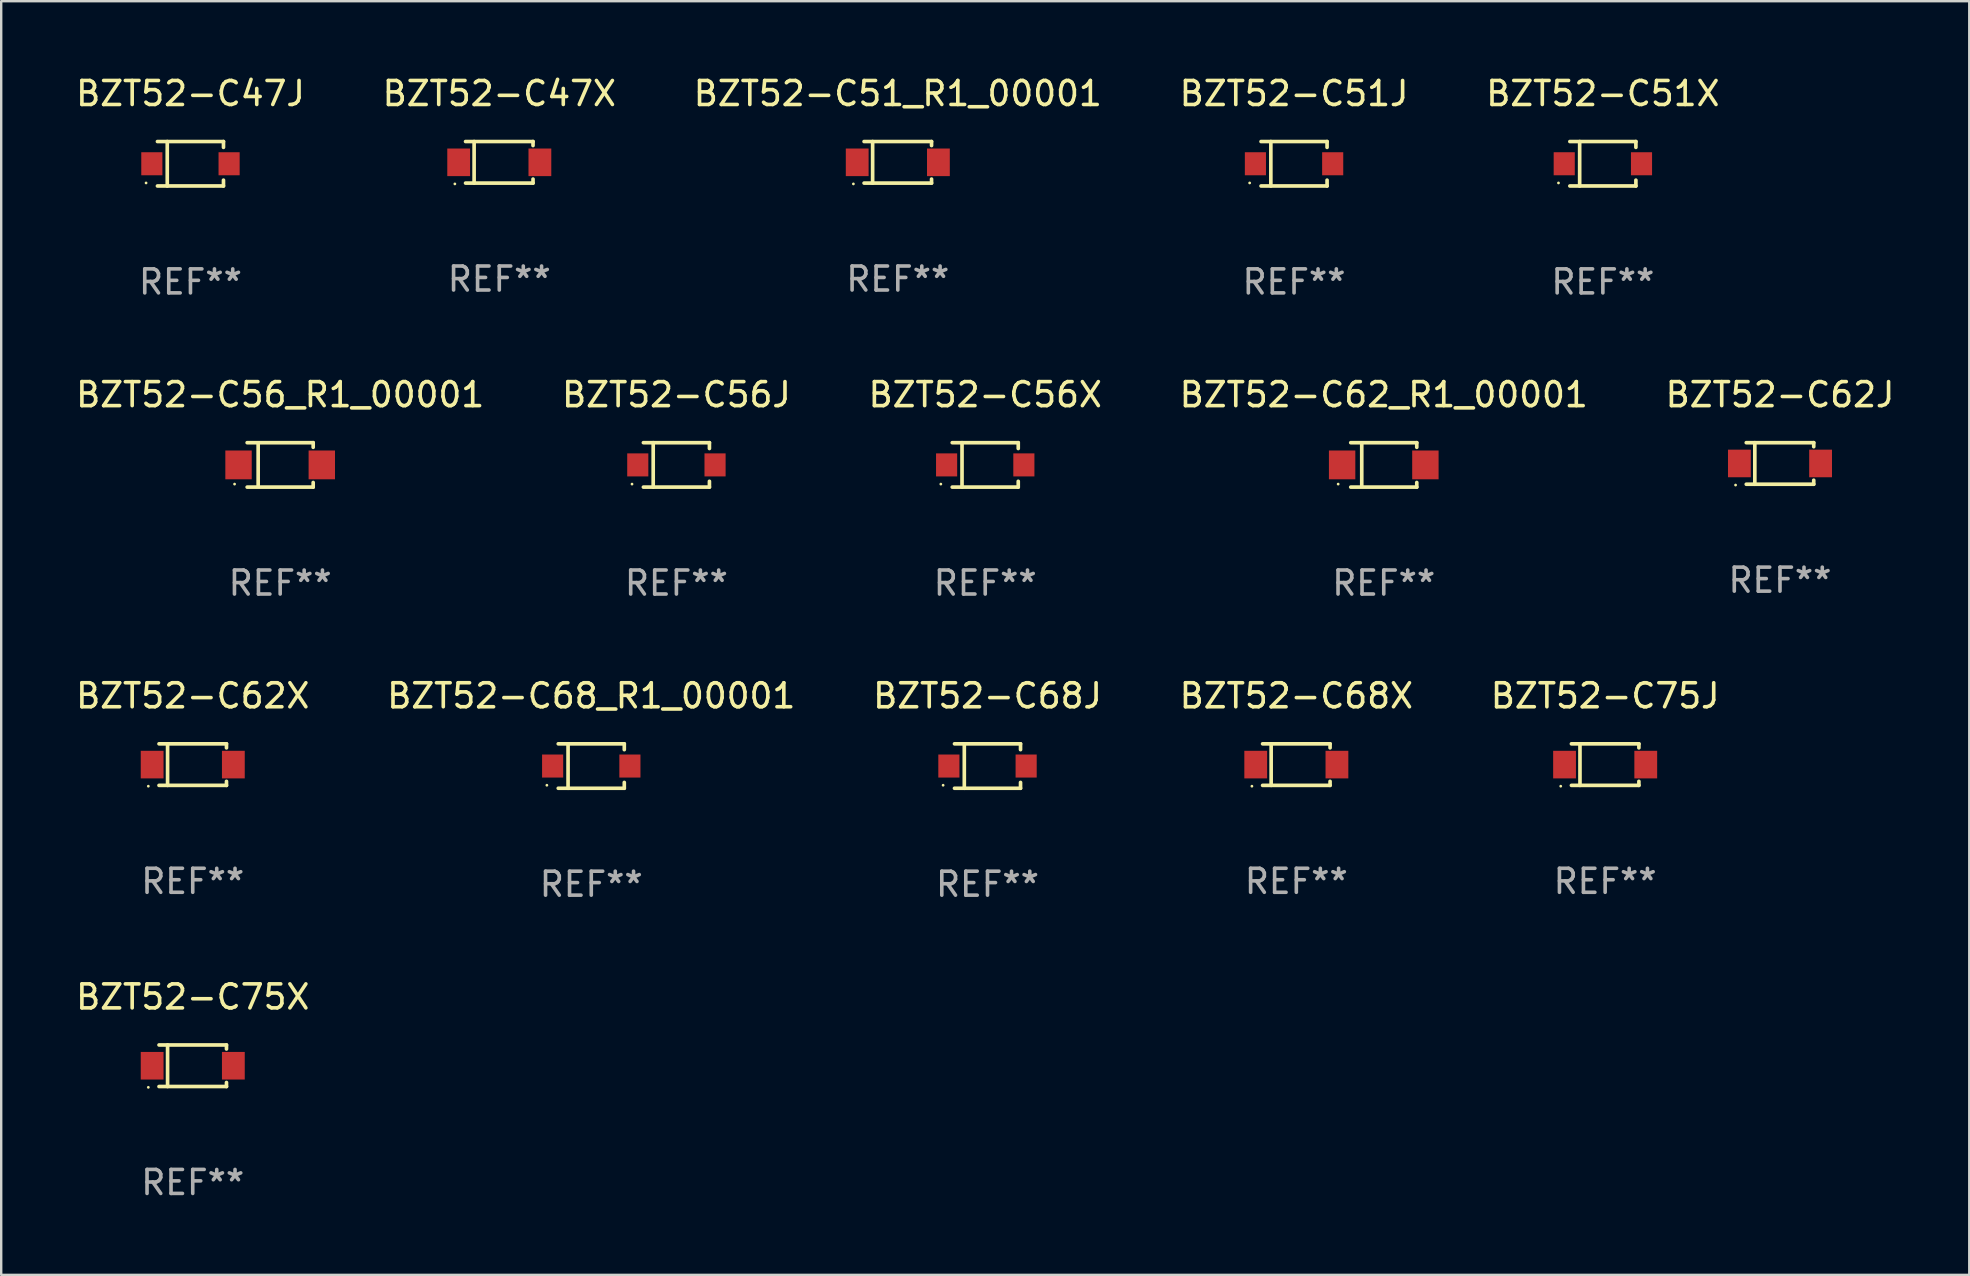
<source format=kicad_pcb>
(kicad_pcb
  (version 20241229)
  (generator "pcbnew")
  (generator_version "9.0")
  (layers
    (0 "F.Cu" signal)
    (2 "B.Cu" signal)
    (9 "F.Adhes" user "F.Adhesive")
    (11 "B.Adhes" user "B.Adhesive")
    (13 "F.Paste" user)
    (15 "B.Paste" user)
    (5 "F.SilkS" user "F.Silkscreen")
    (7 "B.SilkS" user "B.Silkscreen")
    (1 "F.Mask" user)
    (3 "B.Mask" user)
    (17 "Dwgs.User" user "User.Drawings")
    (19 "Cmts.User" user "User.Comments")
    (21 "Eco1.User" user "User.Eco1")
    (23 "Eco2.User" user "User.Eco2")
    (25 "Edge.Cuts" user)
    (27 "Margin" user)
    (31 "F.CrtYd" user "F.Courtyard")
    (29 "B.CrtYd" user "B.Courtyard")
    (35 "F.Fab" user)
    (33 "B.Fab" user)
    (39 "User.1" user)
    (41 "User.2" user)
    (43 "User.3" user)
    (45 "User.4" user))
  (footprint "BZT52-C68_R1_00001"
    (layer "F.Cu")
    (at 21.589 28.872)
    (property "Reference" "BZT52-C68_R1_00001" (at 0 -2.926 0) (layer "F.SilkS") (effects (font (size 1 1) (thickness 0.15))))
    (attr through_hole)
    (fp_line (start -1.376 -0.926) (end 1.376 -0.926) (stroke (width 0.152) (type solid)) (layer "F.SilkS"))
    (fp_line (start -1.376 0.926) (end 1.376 0.926) (stroke (width 0.152) (type solid)) (layer "F.SilkS"))
    (fp_line (start -0.967 -0.926) (end -0.967 0.926) (stroke (width 0.152) (type solid)) (layer "F.SilkS"))
    (fp_line (start 1.376 -0.926) (end 1.376 -0.683) (stroke (width 0.152) (type solid)) (layer "F.SilkS"))
    (fp_line (start 1.376 0.926) (end 1.376 0.683) (stroke (width 0.152) (type solid)) (layer "F.SilkS"))
    (fp_circle (center -1.85 0.8) (end -1.82 0.8) (stroke (width 0.06) (type solid)) (fill no) (layer "F.SilkS"))
    (fp_text user "REF**" (at 0 4.926 0) (layer "F.Fab") (effects (font (size 1 1) (thickness 0.15))))
    (pad "1" smd rect (at -1.61 0) (size 0.88 0.96) (layers "F.Cu" "F.Mask" "F.Paste"))
    (pad "2" smd rect (at 1.61 0) (size 0.88 0.96) (layers "F.Cu" "F.Mask" "F.Paste")))
  (footprint "BZT52-C47X"
    (layer "F.Cu")
    (at 17.756 3.714)
    (property "Reference" "BZT52-C47X" (at 0 -2.866 0) (layer "F.SilkS") (effects (font (size 1 1) (thickness 0.15))))
    (attr through_hole)
    (fp_line (start -1.406 -0.866) (end 1.406 -0.866) (stroke (width 0.152) (type solid)) (layer "F.SilkS"))
    (fp_line (start -1.406 0.866) (end 1.406 0.866) (stroke (width 0.152) (type solid)) (layer "F.SilkS"))
    (fp_line (start -1.049 -0.866) (end -1.049 0.866) (stroke (width 0.152) (type solid)) (layer "F.SilkS"))
    (fp_line (start 1.406 -0.866) (end 1.406 -0.698) (stroke (width 0.152) (type solid)) (layer "F.SilkS"))
    (fp_line (start 1.406 0.866) (end 1.406 0.698) (stroke (width 0.152) (type solid)) (layer "F.SilkS"))
    (fp_circle (center -1.851 0.9) (end -1.821 0.9) (stroke (width 0.06) (type solid)) (fill no) (layer "F.SilkS"))
    (fp_text user "REF**" (at 0 4.866 0) (layer "F.Fab") (effects (font (size 1 1) (thickness 0.15))))
    (pad "1" smd rect (at -1.692 0) (size 0.95 1.15) (layers "F.Cu" "F.Mask" "F.Paste"))
    (pad "2" smd rect (at 1.692 0) (size 0.95 1.15) (layers "F.Cu" "F.Mask" "F.Paste")))
  (footprint "BZT52-C62X"
    (layer "F.Cu")
    (at 4.982 28.812)
    (property "Reference" "BZT52-C62X" (at 0 -2.866 0) (layer "F.SilkS") (effects (font (size 1 1) (thickness 0.15))))
    (attr through_hole)
    (fp_line (start -1.406 -0.866) (end 1.406 -0.866) (stroke (width 0.152) (type solid)) (layer "F.SilkS"))
    (fp_line (start -1.406 0.866) (end 1.406 0.866) (stroke (width 0.152) (type solid)) (layer "F.SilkS"))
    (fp_line (start -1.049 -0.866) (end -1.049 0.866) (stroke (width 0.152) (type solid)) (layer "F.SilkS"))
    (fp_line (start 1.406 -0.866) (end 1.406 -0.698) (stroke (width 0.152) (type solid)) (layer "F.SilkS"))
    (fp_line (start 1.406 0.866) (end 1.406 0.698) (stroke (width 0.152) (type solid)) (layer "F.SilkS"))
    (fp_circle (center -1.851 0.9) (end -1.821 0.9) (stroke (width 0.06) (type solid)) (fill no) (layer "F.SilkS"))
    (fp_text user "REF**" (at 0 4.866 0) (layer "F.Fab") (effects (font (size 1 1) (thickness 0.15))))
    (pad "1" smd rect (at -1.692 0) (size 0.95 1.15) (layers "F.Cu" "F.Mask" "F.Paste"))
    (pad "2" smd rect (at 1.692 0) (size 0.95 1.15) (layers "F.Cu" "F.Mask" "F.Paste")))
  (footprint "BZT52-C47J"
    (layer "F.Cu")
    (at 4.887 3.774)
    (property "Reference" "BZT52-C47J" (at 0 -2.926 0) (layer "F.SilkS") (effects (font (size 1 1) (thickness 0.15))))
    (attr through_hole)
    (fp_line (start -1.376 -0.926) (end 1.376 -0.926) (stroke (width 0.152) (type solid)) (layer "F.SilkS"))
    (fp_line (start -1.376 0.926) (end 1.376 0.926) (stroke (width 0.152) (type solid)) (layer "F.SilkS"))
    (fp_line (start -0.967 -0.926) (end -0.967 0.926) (stroke (width 0.152) (type solid)) (layer "F.SilkS"))
    (fp_line (start 1.376 -0.926) (end 1.376 -0.683) (stroke (width 0.152) (type solid)) (layer "F.SilkS"))
    (fp_line (start 1.376 0.926) (end 1.376 0.683) (stroke (width 0.152) (type solid)) (layer "F.SilkS"))
    (fp_circle (center -1.85 0.8) (end -1.82 0.8) (stroke (width 0.06) (type solid)) (fill no) (layer "F.SilkS"))
    (fp_text user "REF**" (at 0 4.926 0) (layer "F.Fab") (effects (font (size 1 1) (thickness 0.15))))
    (pad "1" smd rect (at -1.61 0) (size 0.88 0.96) (layers "F.Cu" "F.Mask" "F.Paste"))
    (pad "2" smd rect (at 1.61 0) (size 0.88 0.96) (layers "F.Cu" "F.Mask" "F.Paste")))
  (footprint "BZT52-C75X"
    (layer "F.Cu")
    (at 4.982 41.361)
    (property "Reference" "BZT52-C75X" (at 0 -2.866 0) (layer "F.SilkS") (effects (font (size 1 1) (thickness 0.15))))
    (attr through_hole)
    (fp_line (start -1.406 -0.866) (end 1.406 -0.866) (stroke (width 0.152) (type solid)) (layer "F.SilkS"))
    (fp_line (start -1.406 0.866) (end 1.406 0.866) (stroke (width 0.152) (type solid)) (layer "F.SilkS"))
    (fp_line (start -1.049 -0.866) (end -1.049 0.866) (stroke (width 0.152) (type solid)) (layer "F.SilkS"))
    (fp_line (start 1.406 -0.866) (end 1.406 -0.698) (stroke (width 0.152) (type solid)) (layer "F.SilkS"))
    (fp_line (start 1.406 0.866) (end 1.406 0.698) (stroke (width 0.152) (type solid)) (layer "F.SilkS"))
    (fp_circle (center -1.851 0.9) (end -1.821 0.9) (stroke (width 0.06) (type solid)) (fill no) (layer "F.SilkS"))
    (fp_text user "REF**" (at 0 4.866 0) (layer "F.Fab") (effects (font (size 1 1) (thickness 0.15))))
    (pad "1" smd rect (at -1.692 0) (size 0.95 1.15) (layers "F.Cu" "F.Mask" "F.Paste"))
    (pad "2" smd rect (at 1.692 0) (size 0.95 1.15) (layers "F.Cu" "F.Mask" "F.Paste")))
  (footprint "BZT52-C56J"
    (layer "F.Cu")
    (at 25.137 16.323)
    (property "Reference" "BZT52-C56J" (at 0 -2.926 0) (layer "F.SilkS") (effects (font (size 1 1) (thickness 0.15))))
    (attr through_hole)
    (fp_line (start -1.376 -0.926) (end 1.376 -0.926) (stroke (width 0.152) (type solid)) (layer "F.SilkS"))
    (fp_line (start -1.376 0.926) (end 1.376 0.926) (stroke (width 0.152) (type solid)) (layer "F.SilkS"))
    (fp_line (start -0.967 -0.926) (end -0.967 0.926) (stroke (width 0.152) (type solid)) (layer "F.SilkS"))
    (fp_line (start 1.376 -0.926) (end 1.376 -0.683) (stroke (width 0.152) (type solid)) (layer "F.SilkS"))
    (fp_line (start 1.376 0.926) (end 1.376 0.683) (stroke (width 0.152) (type solid)) (layer "F.SilkS"))
    (fp_circle (center -1.85 0.8) (end -1.82 0.8) (stroke (width 0.06) (type solid)) (fill no) (layer "F.SilkS"))
    (fp_text user "REF**" (at 0 4.926 0) (layer "F.Fab") (effects (font (size 1 1) (thickness 0.15))))
    (pad "1" smd rect (at -1.61 0) (size 0.88 0.96) (layers "F.Cu" "F.Mask" "F.Paste"))
    (pad "2" smd rect (at 1.61 0) (size 0.88 0.96) (layers "F.Cu" "F.Mask" "F.Paste")))
  (footprint "BZT52-C62_R1_00001"
    (layer "F.Cu")
    (at 54.613 16.323)
    (property "Reference" "BZT52-C62_R1_00001" (at 0 -2.926 0) (layer "F.SilkS") (effects (font (size 1 1) (thickness 0.15))))
    (attr through_hole)
    (fp_line (start -1.376 -0.926) (end 1.376 -0.926) (stroke (width 0.152) (type solid)) (layer "F.SilkS"))
    (fp_line (start -1.376 0.926) (end 1.376 0.926) (stroke (width 0.152) (type solid)) (layer "F.SilkS"))
    (fp_line (start -0.917 -0.876) (end -0.917 0.876) (stroke (width 0.152) (type solid)) (layer "F.SilkS"))
    (fp_line (start 1.376 -0.926) (end 1.376 -0.733) (stroke (width 0.152) (type solid)) (layer "F.SilkS"))
    (fp_line (start 1.376 0.926) (end 1.376 0.733) (stroke (width 0.152) (type solid)) (layer "F.SilkS"))
    (fp_circle (center -1.9 0.8) (end -1.87 0.8) (stroke (width 0.06) (type solid)) (fill no) (layer "F.SilkS"))
    (fp_text user "REF**" (at 0 4.926 0) (layer "F.Fab") (effects (font (size 1 1) (thickness 0.15))))
    (pad "1" smd rect (at -1.735 -0.000025) (size 1.1 1.2) (layers "F.Cu" "F.Mask" "F.Paste"))
    (pad "2" smd rect (at 1.735 -0.000025) (size 1.1 1.2) (layers "F.Cu" "F.Mask" "F.Paste")))
  (footprint "BZT52-C75J"
    (layer "F.Cu")
    (at 63.839 28.812)
    (property "Reference" "BZT52-C75J" (at 0 -2.866 0) (layer "F.SilkS") (effects (font (size 1 1) (thickness 0.15))))
    (attr through_hole)
    (fp_line (start -1.406 -0.866) (end 1.406 -0.866) (stroke (width 0.152) (type solid)) (layer "F.SilkS"))
    (fp_line (start -1.406 0.866) (end 1.406 0.866) (stroke (width 0.152) (type solid)) (layer "F.SilkS"))
    (fp_line (start -1.049 -0.866) (end -1.049 0.866) (stroke (width 0.152) (type solid)) (layer "F.SilkS"))
    (fp_line (start 1.406 -0.866) (end 1.406 -0.698) (stroke (width 0.152) (type solid)) (layer "F.SilkS"))
    (fp_line (start 1.406 0.866) (end 1.406 0.698) (stroke (width 0.152) (type solid)) (layer "F.SilkS"))
    (fp_circle (center -1.851 0.9) (end -1.821 0.9) (stroke (width 0.06) (type solid)) (fill no) (layer "F.SilkS"))
    (fp_text user "REF**" (at 0 4.866 0) (layer "F.Fab") (effects (font (size 1 1) (thickness 0.15))))
    (pad "1" smd rect (at -1.692 0) (size 0.95 1.15) (layers "F.Cu" "F.Mask" "F.Paste"))
    (pad "2" smd rect (at 1.692 0) (size 0.95 1.15) (layers "F.Cu" "F.Mask" "F.Paste")))
  (footprint "BZT52-C51_R1_00001"
    (layer "F.Cu")
    (at 34.363 3.714)
    (property "Reference" "BZT52-C51_R1_00001" (at 0 -2.866 0) (layer "F.SilkS") (effects (font (size 1 1) (thickness 0.15))))
    (attr through_hole)
    (fp_line (start -1.406 -0.866) (end 1.406 -0.866) (stroke (width 0.152) (type solid)) (layer "F.SilkS"))
    (fp_line (start -1.406 0.866) (end 1.406 0.866) (stroke (width 0.152) (type solid)) (layer "F.SilkS"))
    (fp_line (start -1.049 -0.866) (end -1.049 0.866) (stroke (width 0.152) (type solid)) (layer "F.SilkS"))
    (fp_line (start 1.406 -0.866) (end 1.406 -0.698) (stroke (width 0.152) (type solid)) (layer "F.SilkS"))
    (fp_line (start 1.406 0.866) (end 1.406 0.698) (stroke (width 0.152) (type solid)) (layer "F.SilkS"))
    (fp_circle (center -1.851 0.9) (end -1.821 0.9) (stroke (width 0.06) (type solid)) (fill no) (layer "F.SilkS"))
    (fp_text user "REF**" (at 0 4.866 0) (layer "F.Fab") (effects (font (size 1 1) (thickness 0.15))))
    (pad "1" smd rect (at -1.692 0) (size 0.95 1.15) (layers "F.Cu" "F.Mask" "F.Paste"))
    (pad "2" smd rect (at 1.692 0) (size 0.95 1.15) (layers "F.Cu" "F.Mask" "F.Paste")))
  (footprint "BZT52-C56X"
    (layer "F.Cu")
    (at 38.006 16.323)
    (property "Reference" "BZT52-C56X" (at 0 -2.926 0) (layer "F.SilkS") (effects (font (size 1 1) (thickness 0.15))))
    (attr through_hole)
    (fp_line (start -1.376 -0.926) (end 1.376 -0.926) (stroke (width 0.152) (type solid)) (layer "F.SilkS"))
    (fp_line (start -1.376 0.926) (end 1.376 0.926) (stroke (width 0.152) (type solid)) (layer "F.SilkS"))
    (fp_line (start -0.967 -0.926) (end -0.967 0.926) (stroke (width 0.152) (type solid)) (layer "F.SilkS"))
    (fp_line (start 1.376 -0.926) (end 1.376 -0.683) (stroke (width 0.152) (type solid)) (layer "F.SilkS"))
    (fp_line (start 1.376 0.926) (end 1.376 0.683) (stroke (width 0.152) (type solid)) (layer "F.SilkS"))
    (fp_circle (center -1.85 0.8) (end -1.82 0.8) (stroke (width 0.06) (type solid)) (fill no) (layer "F.SilkS"))
    (fp_text user "REF**" (at 0 4.926 0) (layer "F.Fab") (effects (font (size 1 1) (thickness 0.15))))
    (pad "1" smd rect (at -1.61 0) (size 0.88 0.96) (layers "F.Cu" "F.Mask" "F.Paste"))
    (pad "2" smd rect (at 1.61 0) (size 0.88 0.96) (layers "F.Cu" "F.Mask" "F.Paste")))
  (footprint "BZT52-C68J"
    (layer "F.Cu")
    (at 38.101 28.872)
    (property "Reference" "BZT52-C68J" (at 0 -2.926 0) (layer "F.SilkS") (effects (font (size 1 1) (thickness 0.15))))
    (attr through_hole)
    (fp_line (start -1.376 -0.926) (end 1.376 -0.926) (stroke (width 0.152) (type solid)) (layer "F.SilkS"))
    (fp_line (start -1.376 0.926) (end 1.376 0.926) (stroke (width 0.152) (type solid)) (layer "F.SilkS"))
    (fp_line (start -0.967 -0.926) (end -0.967 0.926) (stroke (width 0.152) (type solid)) (layer "F.SilkS"))
    (fp_line (start 1.376 -0.926) (end 1.376 -0.683) (stroke (width 0.152) (type solid)) (layer "F.SilkS"))
    (fp_line (start 1.376 0.926) (end 1.376 0.683) (stroke (width 0.152) (type solid)) (layer "F.SilkS"))
    (fp_circle (center -1.85 0.8) (end -1.82 0.8) (stroke (width 0.06) (type solid)) (fill no) (layer "F.SilkS"))
    (fp_text user "REF**" (at 0 4.926 0) (layer "F.Fab") (effects (font (size 1 1) (thickness 0.15))))
    (pad "1" smd rect (at -1.61 0) (size 0.88 0.96) (layers "F.Cu" "F.Mask" "F.Paste"))
    (pad "2" smd rect (at 1.61 0) (size 0.88 0.96) (layers "F.Cu" "F.Mask" "F.Paste")))
  (footprint "BZT52-C51J"
    (layer "F.Cu")
    (at 50.875 3.774)
    (property "Reference" "BZT52-C51J" (at 0 -2.926 0) (layer "F.SilkS") (effects (font (size 1 1) (thickness 0.15))))
    (attr through_hole)
    (fp_line (start -1.376 -0.926) (end 1.376 -0.926) (stroke (width 0.152) (type solid)) (layer "F.SilkS"))
    (fp_line (start -1.376 0.926) (end 1.376 0.926) (stroke (width 0.152) (type solid)) (layer "F.SilkS"))
    (fp_line (start -0.967 -0.926) (end -0.967 0.926) (stroke (width 0.152) (type solid)) (layer "F.SilkS"))
    (fp_line (start 1.376 -0.926) (end 1.376 -0.683) (stroke (width 0.152) (type solid)) (layer "F.SilkS"))
    (fp_line (start 1.376 0.926) (end 1.376 0.683) (stroke (width 0.152) (type solid)) (layer "F.SilkS"))
    (fp_circle (center -1.85 0.8) (end -1.82 0.8) (stroke (width 0.06) (type solid)) (fill no) (layer "F.SilkS"))
    (fp_text user "REF**" (at 0 4.926 0) (layer "F.Fab") (effects (font (size 1 1) (thickness 0.15))))
    (pad "1" smd rect (at -1.61 0) (size 0.88 0.96) (layers "F.Cu" "F.Mask" "F.Paste"))
    (pad "2" smd rect (at 1.61 0) (size 0.88 0.96) (layers "F.Cu" "F.Mask" "F.Paste")))
  (footprint "BZT52-C56_R1_00001"
    (layer "F.Cu")
    (at 8.625 16.323)
    (property "Reference" "BZT52-C56_R1_00001" (at 0 -2.926 0) (layer "F.SilkS") (effects (font (size 1 1) (thickness 0.15))))
    (attr through_hole)
    (fp_line (start -1.376 -0.926) (end 1.376 -0.926) (stroke (width 0.152) (type solid)) (layer "F.SilkS"))
    (fp_line (start -1.376 0.926) (end 1.376 0.926) (stroke (width 0.152) (type solid)) (layer "F.SilkS"))
    (fp_line (start -0.917 -0.876) (end -0.917 0.876) (stroke (width 0.152) (type solid)) (layer "F.SilkS"))
    (fp_line (start 1.376 -0.926) (end 1.376 -0.733) (stroke (width 0.152) (type solid)) (layer "F.SilkS"))
    (fp_line (start 1.376 0.926) (end 1.376 0.733) (stroke (width 0.152) (type solid)) (layer "F.SilkS"))
    (fp_circle (center -1.9 0.8) (end -1.87 0.8) (stroke (width 0.06) (type solid)) (fill no) (layer "F.SilkS"))
    (fp_text user "REF**" (at 0 4.926 0) (layer "F.Fab") (effects (font (size 1 1) (thickness 0.15))))
    (pad "1" smd rect (at -1.735 -0.000025) (size 1.1 1.2) (layers "F.Cu" "F.Mask" "F.Paste"))
    (pad "2" smd rect (at 1.735 -0.000025) (size 1.1 1.2) (layers "F.Cu" "F.Mask" "F.Paste")))
  (footprint "BZT52-C62J"
    (layer "F.Cu")
    (at 71.125 16.263)
    (property "Reference" "BZT52-C62J" (at 0 -2.866 0) (layer "F.SilkS") (effects (font (size 1 1) (thickness 0.15))))
    (attr through_hole)
    (fp_line (start -1.406 -0.866) (end 1.406 -0.866) (stroke (width 0.152) (type solid)) (layer "F.SilkS"))
    (fp_line (start -1.406 0.866) (end 1.406 0.866) (stroke (width 0.152) (type solid)) (layer "F.SilkS"))
    (fp_line (start -1.049 -0.866) (end -1.049 0.866) (stroke (width 0.152) (type solid)) (layer "F.SilkS"))
    (fp_line (start 1.406 -0.866) (end 1.406 -0.698) (stroke (width 0.152) (type solid)) (layer "F.SilkS"))
    (fp_line (start 1.406 0.866) (end 1.406 0.698) (stroke (width 0.152) (type solid)) (layer "F.SilkS"))
    (fp_circle (center -1.851 0.9) (end -1.821 0.9) (stroke (width 0.06) (type solid)) (fill no) (layer "F.SilkS"))
    (fp_text user "REF**" (at 0 4.866 0) (layer "F.Fab") (effects (font (size 1 1) (thickness 0.15))))
    (pad "1" smd rect (at -1.692 0) (size 0.95 1.15) (layers "F.Cu" "F.Mask" "F.Paste"))
    (pad "2" smd rect (at 1.692 0) (size 0.95 1.15) (layers "F.Cu" "F.Mask" "F.Paste")))
  (footprint "BZT52-C51X"
    (layer "F.Cu")
    (at 63.744 3.774)
    (property "Reference" "BZT52-C51X" (at 0 -2.926 0) (layer "F.SilkS") (effects (font (size 1 1) (thickness 0.15))))
    (attr through_hole)
    (fp_line (start -1.376 -0.926) (end 1.376 -0.926) (stroke (width 0.152) (type solid)) (layer "F.SilkS"))
    (fp_line (start -1.376 0.926) (end 1.376 0.926) (stroke (width 0.152) (type solid)) (layer "F.SilkS"))
    (fp_line (start -0.967 -0.926) (end -0.967 0.926) (stroke (width 0.152) (type solid)) (layer "F.SilkS"))
    (fp_line (start 1.376 -0.926) (end 1.376 -0.683) (stroke (width 0.152) (type solid)) (layer "F.SilkS"))
    (fp_line (start 1.376 0.926) (end 1.376 0.683) (stroke (width 0.152) (type solid)) (layer "F.SilkS"))
    (fp_circle (center -1.85 0.8) (end -1.82 0.8) (stroke (width 0.06) (type solid)) (fill no) (layer "F.SilkS"))
    (fp_text user "REF**" (at 0 4.926 0) (layer "F.Fab") (effects (font (size 1 1) (thickness 0.15))))
    (pad "1" smd rect (at -1.61 0) (size 0.88 0.96) (layers "F.Cu" "F.Mask" "F.Paste"))
    (pad "2" smd rect (at 1.61 0) (size 0.88 0.96) (layers "F.Cu" "F.Mask" "F.Paste")))
  (footprint "BZT52-C68X"
    (layer "F.Cu")
    (at 50.97 28.812)
    (property "Reference" "BZT52-C68X" (at 0 -2.866 0) (layer "F.SilkS") (effects (font (size 1 1) (thickness 0.15))))
    (attr through_hole)
    (fp_line (start -1.406 -0.866) (end 1.406 -0.866) (stroke (width 0.152) (type solid)) (layer "F.SilkS"))
    (fp_line (start -1.406 0.866) (end 1.406 0.866) (stroke (width 0.152) (type solid)) (layer "F.SilkS"))
    (fp_line (start -1.049 -0.866) (end -1.049 0.866) (stroke (width 0.152) (type solid)) (layer "F.SilkS"))
    (fp_line (start 1.406 -0.866) (end 1.406 -0.698) (stroke (width 0.152) (type solid)) (layer "F.SilkS"))
    (fp_line (start 1.406 0.866) (end 1.406 0.698) (stroke (width 0.152) (type solid)) (layer "F.SilkS"))
    (fp_circle (center -1.851 0.9) (end -1.821 0.9) (stroke (width 0.06) (type solid)) (fill no) (layer "F.SilkS"))
    (fp_text user "REF**" (at 0 4.866 0) (layer "F.Fab") (effects (font (size 1 1) (thickness 0.15))))
    (pad "1" smd rect (at -1.692 0) (size 0.95 1.15) (layers "F.Cu" "F.Mask" "F.Paste"))
    (pad "2" smd rect (at 1.692 0) (size 0.95 1.15) (layers "F.Cu" "F.Mask" "F.Paste")))
  (gr_rect
    (start -3 -3)
    (end 79.012 50.076)
    (stroke (width 0.1) (type default))
    (fill no)
    (layer "Edge.Cuts")))
</source>
